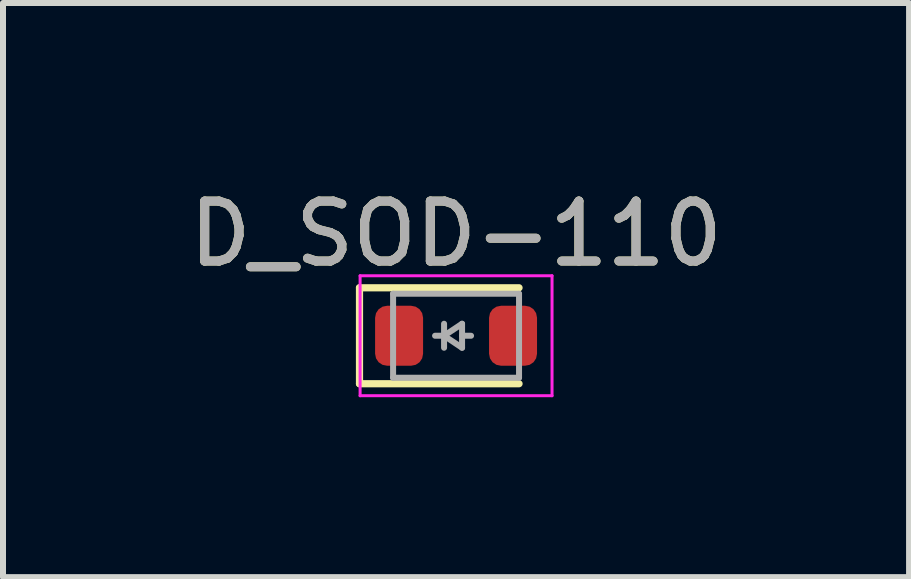
<source format=kicad_pcb>
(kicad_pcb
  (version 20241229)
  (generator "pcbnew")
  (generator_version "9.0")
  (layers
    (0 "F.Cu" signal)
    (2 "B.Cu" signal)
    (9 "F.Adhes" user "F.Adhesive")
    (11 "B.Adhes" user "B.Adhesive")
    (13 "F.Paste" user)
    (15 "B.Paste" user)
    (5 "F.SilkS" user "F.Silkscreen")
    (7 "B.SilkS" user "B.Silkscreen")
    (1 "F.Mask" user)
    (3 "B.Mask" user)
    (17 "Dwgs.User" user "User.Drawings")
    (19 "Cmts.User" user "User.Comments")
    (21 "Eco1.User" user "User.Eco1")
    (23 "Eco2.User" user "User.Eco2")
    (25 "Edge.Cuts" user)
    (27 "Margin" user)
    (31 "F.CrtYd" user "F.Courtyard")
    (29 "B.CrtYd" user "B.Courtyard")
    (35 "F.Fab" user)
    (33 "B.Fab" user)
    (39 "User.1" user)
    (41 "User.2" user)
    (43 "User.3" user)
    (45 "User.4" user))
  (footprint "D_SOD-110"
    (layer "F.Cu")
    (at 4.554 2.548)
    (property "Reference" "D_SOD-110" (at 0 -1.7 0) (layer "F.SilkS") (effects (font (size 1 1) (thickness 0.15))))
    (attr smd)
    (fp_line (start -1.61 -0.8) (end -1.61 0.8) (stroke (width 0.12) (type solid)) (layer "F.SilkS"))
    (fp_line (start -1.61 -0.8) (end 1.05 -0.8) (stroke (width 0.12) (type solid)) (layer "F.SilkS"))
    (fp_line (start -1.61 0.8) (end 1.05 0.8) (stroke (width 0.12) (type solid)) (layer "F.SilkS"))
    (fp_line (start -1.6 -1) (end -1.6 1) (stroke (width 0.05) (type solid)) (layer "F.CrtYd"))
    (fp_line (start -1.6 -1) (end 1.6 -1) (stroke (width 0.05) (type solid)) (layer "F.CrtYd"))
    (fp_line (start 1.6 -1) (end 1.6 1) (stroke (width 0.05) (type solid)) (layer "F.CrtYd"))
    (fp_line (start 1.6 1) (end -1.6 1) (stroke (width 0.05) (type solid)) (layer "F.CrtYd"))
    (fp_line (start -1.05 -0.7) (end -1.05 0.7) (stroke (width 0.1) (type solid)) (layer "F.Fab"))
    (fp_line (start -1.05 0.7) (end 1.05 0.7) (stroke (width 0.1) (type solid)) (layer "F.Fab"))
    (fp_line (start -0.2 0) (end -0.35 0) (stroke (width 0.1) (type solid)) (layer "F.Fab"))
    (fp_line (start -0.2 0) (end 0.1 0.2) (stroke (width 0.1) (type solid)) (layer "F.Fab"))
    (fp_line (start -0.2 0.2) (end -0.2 -0.2) (stroke (width 0.1) (type solid)) (layer "F.Fab"))
    (fp_line (start 0.1 -0.2) (end -0.2 0) (stroke (width 0.1) (type solid)) (layer "F.Fab"))
    (fp_line (start 0.1 0) (end 0.25 0) (stroke (width 0.1) (type solid)) (layer "F.Fab"))
    (fp_line (start 0.1 0.2) (end 0.1 -0.2) (stroke (width 0.1) (type solid)) (layer "F.Fab"))
    (fp_line (start 1.05 -0.7) (end -1.05 -0.7) (stroke (width 0.1) (type solid)) (layer "F.Fab"))
    (fp_line (start 1.05 0.7) (end 1.05 -0.7) (stroke (width 0.1) (type solid)) (layer "F.Fab"))
    (fp_text user "${REFERENCE}" (at 0 -1.7 0) (layer "F.Fab") (effects (font (size 1 1) (thickness 0.15))))
    (pad "1" smd roundrect (at -0.95 0) (size 0.8 1) (layers "F.Cu" "F.Mask" "F.Paste") (roundrect_rratio 0.25))
    (pad "2" smd roundrect (at 0.95 0) (size 0.8 1) (layers "F.Cu" "F.Mask" "F.Paste") (roundrect_rratio 0.25)))
  (gr_rect
    (start -3 -3)
    (end 12.107 6.573)
    (stroke (width 0.1) (type default))
    (fill no)
    (layer "Edge.Cuts")))
</source>
